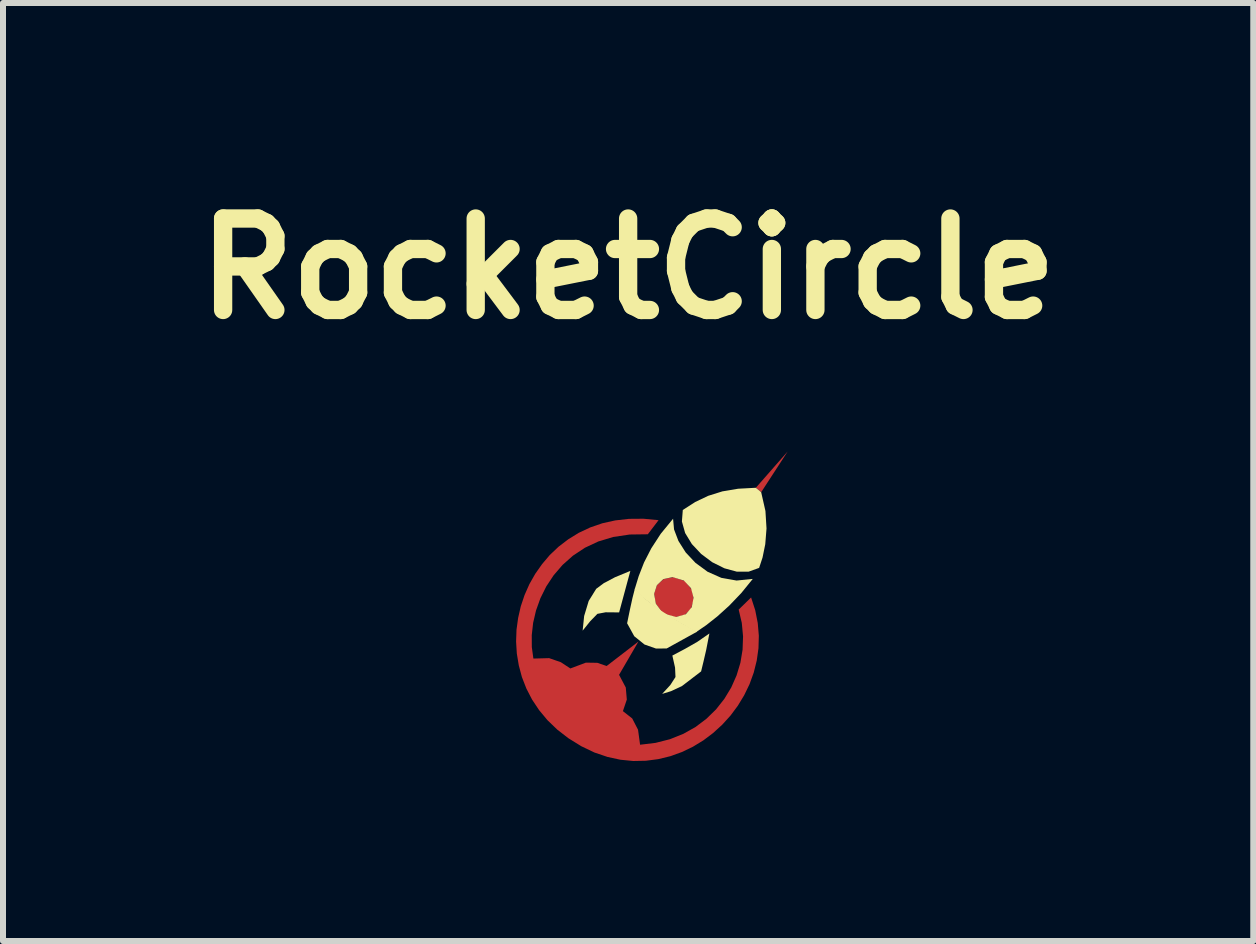
<source format=kicad_pcb>
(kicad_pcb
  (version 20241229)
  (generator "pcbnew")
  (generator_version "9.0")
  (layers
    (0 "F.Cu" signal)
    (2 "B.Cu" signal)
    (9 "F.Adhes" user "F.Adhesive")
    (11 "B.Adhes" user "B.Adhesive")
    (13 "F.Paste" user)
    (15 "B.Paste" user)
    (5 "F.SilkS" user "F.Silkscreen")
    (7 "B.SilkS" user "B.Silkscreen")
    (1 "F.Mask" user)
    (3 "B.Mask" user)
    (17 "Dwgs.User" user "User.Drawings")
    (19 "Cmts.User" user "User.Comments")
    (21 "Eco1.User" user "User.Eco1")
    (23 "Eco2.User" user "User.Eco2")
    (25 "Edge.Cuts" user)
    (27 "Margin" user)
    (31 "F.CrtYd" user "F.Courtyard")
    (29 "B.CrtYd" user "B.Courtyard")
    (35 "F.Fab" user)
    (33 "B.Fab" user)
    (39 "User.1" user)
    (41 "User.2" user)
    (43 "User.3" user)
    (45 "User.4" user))
  (footprint "RocketCircle"
    (layer "F.Cu")
    (at 7.417 7.459)
    (property "Reference" "RocketCircle" (at 0 -6.033 0) (layer "F.SilkS") (effects (font (size 1.524 1.524) (thickness 0.305))))
    (attr smd)
    (fp_poly (pts (xy 2.128 -2.381) (xy 2.658 -2.985) (xy 2.217 -2.307) (xy 2.128 -2.381) (xy 2.128 -2.381)) (stroke (width 0) (type solid)) (fill yes) (layer "F.Cu"))
    (fp_poly (pts (xy 0.947 -0.827) (xy 0.755 -0.892) (xy 0.595 -0.862) (xy 0.482 -0.762) (xy 0.432 -0.617) (xy 0.459 -0.451) (xy 0.578 -0.289) (xy 0.779 -0.224) (xy 0.94 -0.259) (xy 1.049 -0.365) (xy 1.095 -0.515) (xy 1.065 -0.678) (xy 0.947 -0.827)) (stroke (width 0) (type solid)) (fill yes) (layer "F.Cu"))
    (fp_poly (pts (xy 1.842 -0.351) (xy 2.049 -0.553) (xy 2.118 -0.34) (xy 2.16 -0.127) (xy 2.178 0.085) (xy 2.172 0.294) (xy 2.143 0.499) (xy 2.093 0.699) (xy 2.023 0.892) (xy 1.934 1.076) (xy 1.828 1.251) (xy 1.706 1.415) (xy 1.568 1.567) (xy 1.417 1.705) (xy 1.254 1.828) (xy 1.08 1.934) (xy 0.895 2.023) (xy 0.703 2.092) (xy 0.502 2.141) (xy 0.296 2.168) (xy 0.085 2.172) (xy -0.129 2.151) (xy -0.345 2.104) (xy -0.563 2.03) (xy -0.78 1.926) (xy -0.995 1.793) (xy -1.181 1.649) (xy -1.344 1.492) (xy -1.483 1.325) (xy -1.601 1.148) (xy -1.696 0.964) (xy -1.77 0.774) (xy -1.822 0.579) (xy -1.855 0.381) (xy -1.867 0.183) (xy -1.86 -0.016) (xy -1.833 -0.212) (xy -1.789 -0.405) (xy -1.726 -0.593) (xy -1.646 -0.774) (xy -1.548 -0.947) (xy -1.434 -1.109) (xy -1.305 -1.261) (xy -1.159 -1.399) (xy -0.998 -1.522) (xy -0.823 -1.63) (xy -0.634 -1.719) (xy -0.431 -1.789) (xy -0.215 -1.837) (xy 0.014 -1.863) (xy 0.255 -1.865) (xy 0.507 -1.841) (xy 0.328 -1.606) (xy 0.027 -1.602) (xy -0.248 -1.561) (xy -0.497 -1.486) (xy -0.721 -1.381) (xy -0.92 -1.249) (xy -1.093 -1.095) (xy -1.241 -0.923) (xy -1.364 -0.737) (xy -1.462 -0.54) (xy -1.535 -0.336) (xy -1.583 -0.13) (xy -1.606 0.075) (xy -1.605 0.274) (xy -1.579 0.465) (xy -1.316 0.458) (xy -1.121 0.526) (xy -0.963 0.63) (xy -0.704 0.533) (xy -0.514 0.536) (xy -0.358 0.589) (xy 0.172 0.181) (xy -0.151 0.736) (xy -0.039 0.948) (xy -0.022 1.149) (xy -0.087 1.341) (xy 0.068 1.463) (xy 0.165 1.651) (xy 0.199 1.901) (xy 0.457 1.87) (xy 0.697 1.809) (xy 0.919 1.72) (xy 1.122 1.606) (xy 1.304 1.469) (xy 1.465 1.312) (xy 1.603 1.137) (xy 1.718 0.947) (xy 1.807 0.746) (xy 1.871 0.535) (xy 1.907 0.317) (xy 1.915 0.095) (xy 1.894 -0.129) (xy 1.842 -0.351) (xy 1.842 -0.351)) (stroke (width 0) (type solid)) (fill yes) (layer "F.Cu"))
    (fp_poly (pts (xy 2.128 -2.381) (xy 2.658 -2.985) (xy 2.217 -2.307) (xy 2.128 -2.381) (xy 2.128 -2.381)) (stroke (width 0) (type solid)) (fill yes) (layer "F.Mask"))
    (fp_poly (pts (xy 0.947 -0.827) (xy 0.755 -0.892) (xy 0.595 -0.862) (xy 0.482 -0.762) (xy 0.432 -0.617) (xy 0.459 -0.451) (xy 0.578 -0.289) (xy 0.779 -0.224) (xy 0.94 -0.259) (xy 1.049 -0.365) (xy 1.095 -0.515) (xy 1.065 -0.678) (xy 0.947 -0.827)) (stroke (width 0) (type solid)) (fill yes) (layer "F.Mask"))
    (fp_poly (pts (xy 1.842 -0.351) (xy 2.049 -0.553) (xy 2.118 -0.34) (xy 2.16 -0.127) (xy 2.178 0.085) (xy 2.172 0.294) (xy 2.143 0.499) (xy 2.093 0.699) (xy 2.023 0.892) (xy 1.934 1.076) (xy 1.828 1.251) (xy 1.706 1.415) (xy 1.568 1.567) (xy 1.417 1.705) (xy 1.254 1.828) (xy 1.08 1.934) (xy 0.895 2.023) (xy 0.703 2.092) (xy 0.502 2.141) (xy 0.296 2.168) (xy 0.085 2.172) (xy -0.129 2.151) (xy -0.345 2.104) (xy -0.563 2.03) (xy -0.78 1.926) (xy -0.995 1.793) (xy -1.181 1.649) (xy -1.344 1.492) (xy -1.483 1.325) (xy -1.601 1.148) (xy -1.696 0.964) (xy -1.77 0.774) (xy -1.822 0.579) (xy -1.855 0.381) (xy -1.867 0.183) (xy -1.86 -0.016) (xy -1.833 -0.212) (xy -1.789 -0.405) (xy -1.726 -0.593) (xy -1.646 -0.774) (xy -1.548 -0.947) (xy -1.434 -1.109) (xy -1.305 -1.261) (xy -1.159 -1.399) (xy -0.998 -1.522) (xy -0.823 -1.63) (xy -0.634 -1.719) (xy -0.431 -1.789) (xy -0.215 -1.837) (xy 0.014 -1.863) (xy 0.255 -1.865) (xy 0.507 -1.841) (xy 0.328 -1.606) (xy 0.114 -1.615) (xy -0.093 -1.599) (xy -0.293 -1.557) (xy -0.484 -1.493) (xy -0.665 -1.407) (xy -0.834 -1.302) (xy -0.991 -1.18) (xy -1.133 -1.041) (xy -1.26 -0.889) (xy -1.369 -0.723) (xy -1.46 -0.548) (xy -1.531 -0.363) (xy -1.581 -0.171) (xy -1.608 0.026) (xy -1.611 0.227) (xy -1.589 0.43) (xy -1.54 0.633) (xy -1.462 0.834) (xy -1.355 1.032) (xy -1.217 1.225) (xy -1.047 1.412) (xy -0.842 1.589) (xy -0.631 1.712) (xy -0.417 1.802) (xy -0.202 1.863) (xy 0.013 1.895) (xy 0.225 1.9) (xy 0.433 1.878) (xy 0.634 1.832) (xy 0.828 1.763) (xy 1.011 1.673) (xy 1.183 1.562) (xy 1.341 1.432) (xy 1.484 1.285) (xy 1.609 1.122) (xy 1.715 0.944) (xy 1.8 0.753) (xy 1.862 0.55) (xy 1.899 0.337) (xy 1.909 0.115) (xy 1.891 -0.115) (xy 1.842 -0.351)) (stroke (width 0) (type solid)) (fill yes) (layer "F.Mask"))
    (fp_poly (pts (xy 0.037 -0.996) (xy -0.15 -0.304) (xy -0.375 -0.306) (xy -0.512 -0.28) (xy -0.632 -0.157) (xy -0.758 0.000009) (xy -0.733 -0.244) (xy -0.657 -0.495) (xy -0.532 -0.697) (xy -0.406 -0.791) (xy -0.219 -0.89) (xy 0.037 -0.996) (xy 0.037 -0.996)) (stroke (width 0) (type solid)) (fill yes) (layer "F.SilkS"))
    (fp_poly (pts (xy 0.112 -0.699) (xy 0.072 -0.543) (xy 0.028 -0.342) (xy -0.017 -0.123) (xy 0.102 0.093) (xy 0.273 0.231) (xy 0.464 0.298) (xy 0.642 0.297) (xy 1.149 0.017) (xy 0.927 -0.106) (xy 0.713 -0.228) (xy 0.506 -0.36) (xy 0.306 -0.513) (xy 0.112 -0.699)) (stroke (width 0) (type solid)) (fill yes) (layer "F.SilkS"))
    (fp_poly (pts (xy 0.737 0.415) (xy 0.945 0.305) (xy 1.152 0.187) (xy 1.354 0.047) (xy 1.301 0.32) (xy 1.257 0.51) (xy 1.216 0.679) (xy 0.896 0.924) (xy 0.716 1.008) (xy 0.567 1.054) (xy 0.703 0.906) (xy 0.789 0.773) (xy 0.782 0.616) (xy 0.737 0.415) (xy 0.737 0.415)) (stroke (width 0) (type solid)) (fill yes) (layer "F.SilkS"))
    (fp_poly (pts (xy 0.911 -2.011) (xy 1.118 -2.144) (xy 1.335 -2.247) (xy 1.571 -2.321) (xy 1.833 -2.365) (xy 2.128 -2.381) (xy 2.217 -2.307) (xy 2.288 -1.994) (xy 2.306 -1.702) (xy 2.285 -1.44) (xy 2.24 -1.219) (xy 2.183 -1.046) (xy 2.008 -0.983) (xy 1.811 -0.983) (xy 1.605 -1.039) (xy 1.402 -1.14) (xy 1.217 -1.278) (xy 1.062 -1.443) (xy 0.95 -1.627) (xy 0.896 -1.819) (xy 0.911 -2.011) (xy 0.911 -2.011)) (stroke (width 0) (type solid)) (fill yes) (layer "F.SilkS"))
    (fp_poly (pts (xy 0.749 -1.865) (xy 0.765 -1.687) (xy 0.838 -1.495) (xy 0.959 -1.304) (xy 1.123 -1.129) (xy 1.323 -0.982) (xy 1.553 -0.88) (xy 1.807 -0.835) (xy 2.077 -0.862) (xy 1.886 -0.627) (xy 1.685 -0.417) (xy 1.486 -0.237) (xy 1.298 -0.089) (xy 1.133 0.024) (xy 1.033 -0.033) (xy 0.809 -0.161) (xy 0.578 -0.289) (xy 0.799 -0.228) (xy 0.961 -0.274) (xy 1.06 -0.391) (xy 1.09 -0.547) (xy 1.048 -0.706) (xy 0.929 -0.835) (xy 0.741 -0.892) (xy 0.587 -0.859) (xy 0.48 -0.758) (xy 0.433 -0.613) (xy 0.462 -0.45) (xy 0.579 -0.291) (xy 0.468 -0.374) (xy 0.233 -0.563) (xy 0.109 -0.689) (xy 0.176 -0.908) (xy 0.265 -1.136) (xy 0.386 -1.372) (xy 0.544 -1.615) (xy 0.749 -1.865)) (stroke (width 0) (type solid)) (fill yes) (layer "F.SilkS")))
  (gr_rect
    (start -3 -3)
    (end 17.834 12.631)
    (stroke (width 0.1) (type default))
    (fill no)
    (layer "Edge.Cuts")))
</source>
